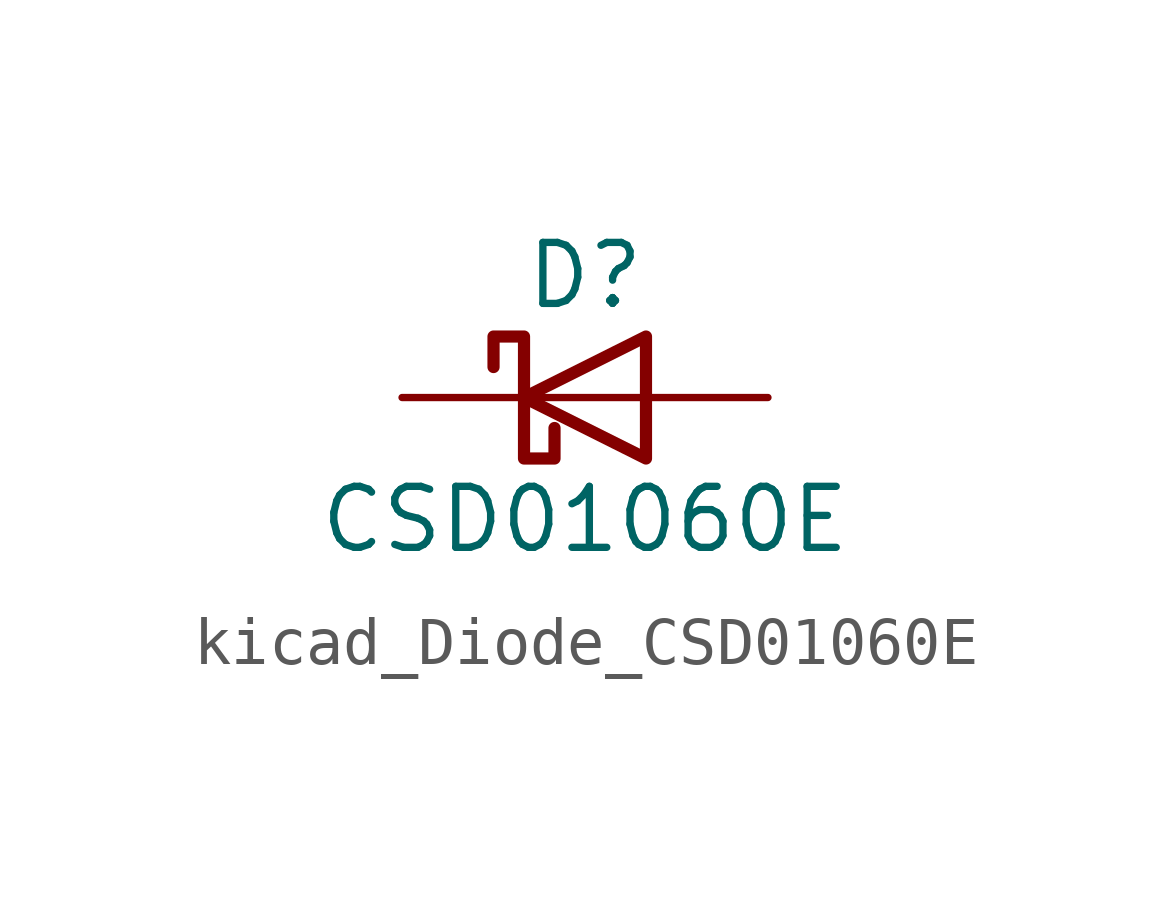
<source format=kicad_sym>
(kicad_symbol_lib
  (version 20220914)
  (generator kicad_symbol_editor)
  (symbol "kicad_Diode_CSD01060E"
    (pin_numbers hide)
    (pin_names
      (offset 1.016) hide)
    (property "Reference" "D"
      (at 0 2.54 0)
      (effects (font (size 1.27 1.27))))
    (property "Value" "CSD01060E"
      (at 0 -2.54 0)
      (effects (font (size 1.27 1.27))))
    (symbol "kicad_Diode_CSD01060E_0_1"
      (polyline (pts (xy 1.27 0) (xy -1.27 0)) (stroke (width 0) (type default)) (fill (type none)))
      (polyline (pts (xy 1.27 1.27) (xy 1.27 -1.27) (xy -1.27 0) (xy 1.27 1.27)) (stroke (width 0.254) (type default)) (fill (type none)))
      (polyline (pts (xy -1.905 0.635) (xy -1.905 1.27) (xy -1.27 1.27) (xy -1.27 -1.27) (xy -0.635 -1.27) (xy -0.635 -0.635)) (stroke (width 0.254) (type default)) (fill (type none))))
    (symbol "kicad_Diode_CSD01060E_1_1"
      (pin passive line (at -3.81 0 0) (length 2.54) (name "K" (effects (font (size 1.27 1.27)))) (number "1" (effects (font (size 1.27 1.27)))))
      (pin passive line (at 3.81 0 180) (length 2.54) (name "A" (effects (font (size 1.27 1.27)))) (number "2" (effects (font (size 1.27 1.27))))))))
</source>
